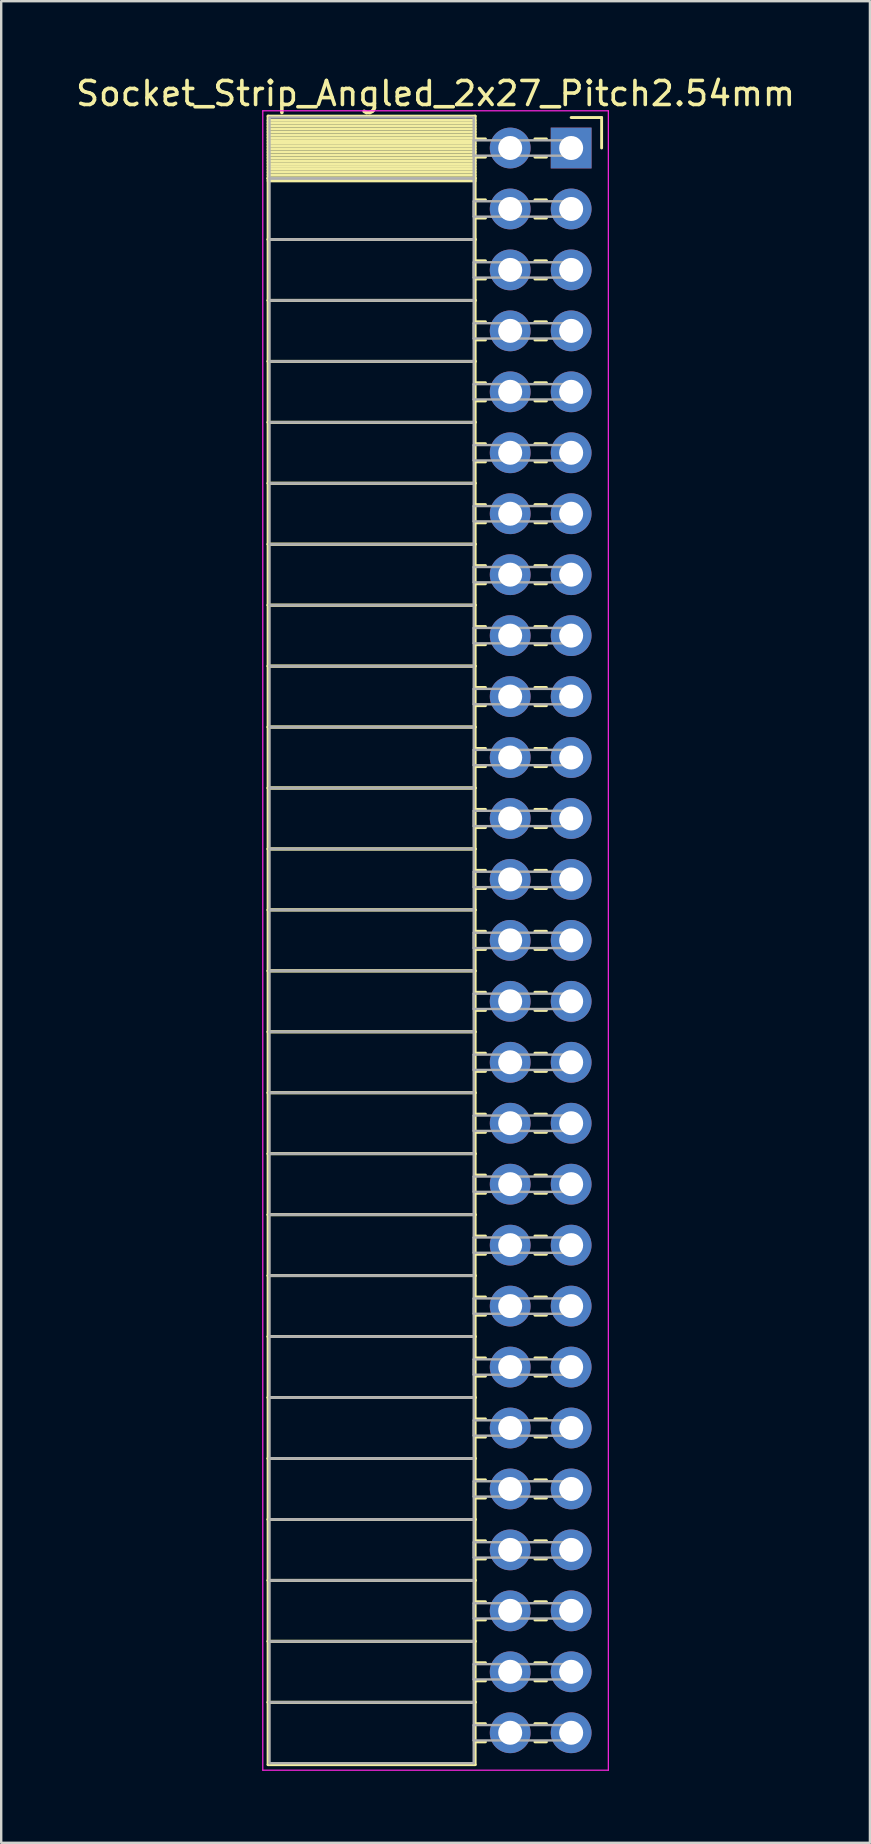
<source format=kicad_pcb>
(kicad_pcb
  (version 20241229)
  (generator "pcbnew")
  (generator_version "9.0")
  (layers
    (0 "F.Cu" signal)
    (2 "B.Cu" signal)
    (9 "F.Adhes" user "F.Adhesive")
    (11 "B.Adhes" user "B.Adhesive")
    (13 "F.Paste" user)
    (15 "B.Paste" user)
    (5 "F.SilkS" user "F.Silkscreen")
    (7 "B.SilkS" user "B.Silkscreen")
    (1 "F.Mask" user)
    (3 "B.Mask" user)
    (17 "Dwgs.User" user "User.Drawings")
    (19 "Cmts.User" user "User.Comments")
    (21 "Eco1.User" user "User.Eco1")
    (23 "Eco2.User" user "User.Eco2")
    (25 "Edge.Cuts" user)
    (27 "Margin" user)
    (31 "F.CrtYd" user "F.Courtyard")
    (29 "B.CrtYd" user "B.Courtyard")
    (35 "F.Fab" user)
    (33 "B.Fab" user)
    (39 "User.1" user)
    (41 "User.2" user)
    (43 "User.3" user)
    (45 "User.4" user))
  (footprint "Socket_Strip_Angled_2x27_Pitch2.54mm"
    (layer "F.Cu")
    (at 20.751 3.118)
    (property "Reference" "Socket_Strip_Angled_2x27_Pitch2.54mm" (at -5.65 -2.27 0) (layer "F.SilkS") (effects (font (size 1 1) (thickness 0.15))))
    (attr through_hole)
    (fp_line (start -12.63 -1.33) (end -4 -1.33) (stroke (width 0.12) (type solid)) (layer "F.SilkS"))
    (fp_line (start -12.63 1.27) (end -12.63 -1.33) (stroke (width 0.12) (type solid)) (layer "F.SilkS"))
    (fp_line (start -12.63 1.27) (end -4 1.27) (stroke (width 0.12) (type solid)) (layer "F.SilkS"))
    (fp_line (start -12.63 3.81) (end -12.63 1.27) (stroke (width 0.12) (type solid)) (layer "F.SilkS"))
    (fp_line (start -12.63 3.81) (end -4 3.81) (stroke (width 0.12) (type solid)) (layer "F.SilkS"))
    (fp_line (start -12.63 6.35) (end -12.63 3.81) (stroke (width 0.12) (type solid)) (layer "F.SilkS"))
    (fp_line (start -12.63 6.35) (end -4 6.35) (stroke (width 0.12) (type solid)) (layer "F.SilkS"))
    (fp_line (start -12.63 8.89) (end -12.63 6.35) (stroke (width 0.12) (type solid)) (layer "F.SilkS"))
    (fp_line (start -12.63 8.89) (end -4 8.89) (stroke (width 0.12) (type solid)) (layer "F.SilkS"))
    (fp_line (start -12.63 11.43) (end -12.63 8.89) (stroke (width 0.12) (type solid)) (layer "F.SilkS"))
    (fp_line (start -12.63 11.43) (end -4 11.43) (stroke (width 0.12) (type solid)) (layer "F.SilkS"))
    (fp_line (start -12.63 13.97) (end -12.63 11.43) (stroke (width 0.12) (type solid)) (layer "F.SilkS"))
    (fp_line (start -12.63 13.97) (end -4 13.97) (stroke (width 0.12) (type solid)) (layer "F.SilkS"))
    (fp_line (start -12.63 16.51) (end -12.63 13.97) (stroke (width 0.12) (type solid)) (layer "F.SilkS"))
    (fp_line (start -12.63 16.51) (end -4 16.51) (stroke (width 0.12) (type solid)) (layer "F.SilkS"))
    (fp_line (start -12.63 19.05) (end -12.63 16.51) (stroke (width 0.12) (type solid)) (layer "F.SilkS"))
    (fp_line (start -12.63 19.05) (end -4 19.05) (stroke (width 0.12) (type solid)) (layer "F.SilkS"))
    (fp_line (start -12.63 21.59) (end -12.63 19.05) (stroke (width 0.12) (type solid)) (layer "F.SilkS"))
    (fp_line (start -12.63 21.59) (end -4 21.59) (stroke (width 0.12) (type solid)) (layer "F.SilkS"))
    (fp_line (start -12.63 24.13) (end -12.63 21.59) (stroke (width 0.12) (type solid)) (layer "F.SilkS"))
    (fp_line (start -12.63 24.13) (end -4 24.13) (stroke (width 0.12) (type solid)) (layer "F.SilkS"))
    (fp_line (start -12.63 26.67) (end -12.63 24.13) (stroke (width 0.12) (type solid)) (layer "F.SilkS"))
    (fp_line (start -12.63 26.67) (end -4 26.67) (stroke (width 0.12) (type solid)) (layer "F.SilkS"))
    (fp_line (start -12.63 29.21) (end -12.63 26.67) (stroke (width 0.12) (type solid)) (layer "F.SilkS"))
    (fp_line (start -12.63 29.21) (end -4 29.21) (stroke (width 0.12) (type solid)) (layer "F.SilkS"))
    (fp_line (start -12.63 31.75) (end -12.63 29.21) (stroke (width 0.12) (type solid)) (layer "F.SilkS"))
    (fp_line (start -12.63 31.75) (end -4 31.75) (stroke (width 0.12) (type solid)) (layer "F.SilkS"))
    (fp_line (start -12.63 34.29) (end -12.63 31.75) (stroke (width 0.12) (type solid)) (layer "F.SilkS"))
    (fp_line (start -12.63 34.29) (end -4 34.29) (stroke (width 0.12) (type solid)) (layer "F.SilkS"))
    (fp_line (start -12.63 36.83) (end -12.63 34.29) (stroke (width 0.12) (type solid)) (layer "F.SilkS"))
    (fp_line (start -12.63 36.83) (end -4 36.83) (stroke (width 0.12) (type solid)) (layer "F.SilkS"))
    (fp_line (start -12.63 39.37) (end -12.63 36.83) (stroke (width 0.12) (type solid)) (layer "F.SilkS"))
    (fp_line (start -12.63 39.37) (end -4 39.37) (stroke (width 0.12) (type solid)) (layer "F.SilkS"))
    (fp_line (start -12.63 41.91) (end -12.63 39.37) (stroke (width 0.12) (type solid)) (layer "F.SilkS"))
    (fp_line (start -12.63 41.91) (end -4 41.91) (stroke (width 0.12) (type solid)) (layer "F.SilkS"))
    (fp_line (start -12.63 44.45) (end -12.63 41.91) (stroke (width 0.12) (type solid)) (layer "F.SilkS"))
    (fp_line (start -12.63 44.45) (end -4 44.45) (stroke (width 0.12) (type solid)) (layer "F.SilkS"))
    (fp_line (start -12.63 46.99) (end -12.63 44.45) (stroke (width 0.12) (type solid)) (layer "F.SilkS"))
    (fp_line (start -12.63 46.99) (end -4 46.99) (stroke (width 0.12) (type solid)) (layer "F.SilkS"))
    (fp_line (start -12.63 49.53) (end -12.63 46.99) (stroke (width 0.12) (type solid)) (layer "F.SilkS"))
    (fp_line (start -12.63 49.53) (end -4 49.53) (stroke (width 0.12) (type solid)) (layer "F.SilkS"))
    (fp_line (start -12.63 52.07) (end -12.63 49.53) (stroke (width 0.12) (type solid)) (layer "F.SilkS"))
    (fp_line (start -12.63 52.07) (end -4 52.07) (stroke (width 0.12) (type solid)) (layer "F.SilkS"))
    (fp_line (start -12.63 54.61) (end -12.63 52.07) (stroke (width 0.12) (type solid)) (layer "F.SilkS"))
    (fp_line (start -12.63 54.61) (end -4 54.61) (stroke (width 0.12) (type solid)) (layer "F.SilkS"))
    (fp_line (start -12.63 57.15) (end -12.63 54.61) (stroke (width 0.12) (type solid)) (layer "F.SilkS"))
    (fp_line (start -12.63 57.15) (end -4 57.15) (stroke (width 0.12) (type solid)) (layer "F.SilkS"))
    (fp_line (start -12.63 59.69) (end -12.63 57.15) (stroke (width 0.12) (type solid)) (layer "F.SilkS"))
    (fp_line (start -12.63 59.69) (end -4 59.69) (stroke (width 0.12) (type solid)) (layer "F.SilkS"))
    (fp_line (start -12.63 62.23) (end -12.63 59.69) (stroke (width 0.12) (type solid)) (layer "F.SilkS"))
    (fp_line (start -12.63 62.23) (end -4 62.23) (stroke (width 0.12) (type solid)) (layer "F.SilkS"))
    (fp_line (start -12.63 64.77) (end -12.63 62.23) (stroke (width 0.12) (type solid)) (layer "F.SilkS"))
    (fp_line (start -12.63 64.77) (end -4 64.77) (stroke (width 0.12) (type solid)) (layer "F.SilkS"))
    (fp_line (start -12.63 67.37) (end -12.63 64.77) (stroke (width 0.12) (type solid)) (layer "F.SilkS"))
    (fp_line (start -4 -1.33) (end -4 1.27) (stroke (width 0.12) (type solid)) (layer "F.SilkS"))
    (fp_line (start -4 -1.15) (end -12.63 -1.15) (stroke (width 0.12) (type solid)) (layer "F.SilkS"))
    (fp_line (start -4 -1.03) (end -12.63 -1.03) (stroke (width 0.12) (type solid)) (layer "F.SilkS"))
    (fp_line (start -4 -0.91) (end -12.63 -0.91) (stroke (width 0.12) (type solid)) (layer "F.SilkS"))
    (fp_line (start -4 -0.79) (end -12.63 -0.79) (stroke (width 0.12) (type solid)) (layer "F.SilkS"))
    (fp_line (start -4 -0.67) (end -12.63 -0.67) (stroke (width 0.12) (type solid)) (layer "F.SilkS"))
    (fp_line (start -4 -0.55) (end -12.63 -0.55) (stroke (width 0.12) (type solid)) (layer "F.SilkS"))
    (fp_line (start -4 -0.43) (end -12.63 -0.43) (stroke (width 0.12) (type solid)) (layer "F.SilkS"))
    (fp_line (start -4 -0.31) (end -12.63 -0.31) (stroke (width 0.12) (type solid)) (layer "F.SilkS"))
    (fp_line (start -4 -0.19) (end -12.63 -0.19) (stroke (width 0.12) (type solid)) (layer "F.SilkS"))
    (fp_line (start -4 -0.07) (end -12.63 -0.07) (stroke (width 0.12) (type solid)) (layer "F.SilkS"))
    (fp_line (start -4 0.05) (end -12.63 0.05) (stroke (width 0.12) (type solid)) (layer "F.SilkS"))
    (fp_line (start -4 0.17) (end -12.63 0.17) (stroke (width 0.12) (type solid)) (layer "F.SilkS"))
    (fp_line (start -4 0.29) (end -12.63 0.29) (stroke (width 0.12) (type solid)) (layer "F.SilkS"))
    (fp_line (start -4 0.41) (end -12.63 0.41) (stroke (width 0.12) (type solid)) (layer "F.SilkS"))
    (fp_line (start -4 0.53) (end -12.63 0.53) (stroke (width 0.12) (type solid)) (layer "F.SilkS"))
    (fp_line (start -4 0.65) (end -12.63 0.65) (stroke (width 0.12) (type solid)) (layer "F.SilkS"))
    (fp_line (start -4 0.77) (end -12.63 0.77) (stroke (width 0.12) (type solid)) (layer "F.SilkS"))
    (fp_line (start -4 0.89) (end -12.63 0.89) (stroke (width 0.12) (type solid)) (layer "F.SilkS"))
    (fp_line (start -4 1.01) (end -12.63 1.01) (stroke (width 0.12) (type solid)) (layer "F.SilkS"))
    (fp_line (start -4 1.13) (end -12.63 1.13) (stroke (width 0.12) (type solid)) (layer "F.SilkS"))
    (fp_line (start -4 1.25) (end -12.63 1.25) (stroke (width 0.12) (type solid)) (layer "F.SilkS"))
    (fp_line (start -4 1.27) (end -12.63 1.27) (stroke (width 0.12) (type solid)) (layer "F.SilkS"))
    (fp_line (start -4 1.27) (end -4 3.81) (stroke (width 0.12) (type solid)) (layer "F.SilkS"))
    (fp_line (start -4 1.37) (end -12.63 1.37) (stroke (width 0.12) (type solid)) (layer "F.SilkS"))
    (fp_line (start -4 3.81) (end -12.63 3.81) (stroke (width 0.12) (type solid)) (layer "F.SilkS"))
    (fp_line (start -4 3.81) (end -4 6.35) (stroke (width 0.12) (type solid)) (layer "F.SilkS"))
    (fp_line (start -4 6.35) (end -12.63 6.35) (stroke (width 0.12) (type solid)) (layer "F.SilkS"))
    (fp_line (start -4 6.35) (end -4 8.89) (stroke (width 0.12) (type solid)) (layer "F.SilkS"))
    (fp_line (start -4 8.89) (end -12.63 8.89) (stroke (width 0.12) (type solid)) (layer "F.SilkS"))
    (fp_line (start -4 8.89) (end -4 11.43) (stroke (width 0.12) (type solid)) (layer "F.SilkS"))
    (fp_line (start -4 11.43) (end -12.63 11.43) (stroke (width 0.12) (type solid)) (layer "F.SilkS"))
    (fp_line (start -4 11.43) (end -4 13.97) (stroke (width 0.12) (type solid)) (layer "F.SilkS"))
    (fp_line (start -4 13.97) (end -12.63 13.97) (stroke (width 0.12) (type solid)) (layer "F.SilkS"))
    (fp_line (start -4 13.97) (end -4 16.51) (stroke (width 0.12) (type solid)) (layer "F.SilkS"))
    (fp_line (start -4 16.51) (end -12.63 16.51) (stroke (width 0.12) (type solid)) (layer "F.SilkS"))
    (fp_line (start -4 16.51) (end -4 19.05) (stroke (width 0.12) (type solid)) (layer "F.SilkS"))
    (fp_line (start -4 19.05) (end -12.63 19.05) (stroke (width 0.12) (type solid)) (layer "F.SilkS"))
    (fp_line (start -4 19.05) (end -4 21.59) (stroke (width 0.12) (type solid)) (layer "F.SilkS"))
    (fp_line (start -4 21.59) (end -12.63 21.59) (stroke (width 0.12) (type solid)) (layer "F.SilkS"))
    (fp_line (start -4 21.59) (end -4 24.13) (stroke (width 0.12) (type solid)) (layer "F.SilkS"))
    (fp_line (start -4 24.13) (end -12.63 24.13) (stroke (width 0.12) (type solid)) (layer "F.SilkS"))
    (fp_line (start -4 24.13) (end -4 26.67) (stroke (width 0.12) (type solid)) (layer "F.SilkS"))
    (fp_line (start -4 26.67) (end -12.63 26.67) (stroke (width 0.12) (type solid)) (layer "F.SilkS"))
    (fp_line (start -4 26.67) (end -4 29.21) (stroke (width 0.12) (type solid)) (layer "F.SilkS"))
    (fp_line (start -4 29.21) (end -12.63 29.21) (stroke (width 0.12) (type solid)) (layer "F.SilkS"))
    (fp_line (start -4 29.21) (end -4 31.75) (stroke (width 0.12) (type solid)) (layer "F.SilkS"))
    (fp_line (start -4 31.75) (end -12.63 31.75) (stroke (width 0.12) (type solid)) (layer "F.SilkS"))
    (fp_line (start -4 31.75) (end -4 34.29) (stroke (width 0.12) (type solid)) (layer "F.SilkS"))
    (fp_line (start -4 34.29) (end -12.63 34.29) (stroke (width 0.12) (type solid)) (layer "F.SilkS"))
    (fp_line (start -4 34.29) (end -4 36.83) (stroke (width 0.12) (type solid)) (layer "F.SilkS"))
    (fp_line (start -4 36.83) (end -12.63 36.83) (stroke (width 0.12) (type solid)) (layer "F.SilkS"))
    (fp_line (start -4 36.83) (end -4 39.37) (stroke (width 0.12) (type solid)) (layer "F.SilkS"))
    (fp_line (start -4 39.37) (end -12.63 39.37) (stroke (width 0.12) (type solid)) (layer "F.SilkS"))
    (fp_line (start -4 39.37) (end -4 41.91) (stroke (width 0.12) (type solid)) (layer "F.SilkS"))
    (fp_line (start -4 41.91) (end -12.63 41.91) (stroke (width 0.12) (type solid)) (layer "F.SilkS"))
    (fp_line (start -4 41.91) (end -4 44.45) (stroke (width 0.12) (type solid)) (layer "F.SilkS"))
    (fp_line (start -4 44.45) (end -12.63 44.45) (stroke (width 0.12) (type solid)) (layer "F.SilkS"))
    (fp_line (start -4 44.45) (end -4 46.99) (stroke (width 0.12) (type solid)) (layer "F.SilkS"))
    (fp_line (start -4 46.99) (end -12.63 46.99) (stroke (width 0.12) (type solid)) (layer "F.SilkS"))
    (fp_line (start -4 46.99) (end -4 49.53) (stroke (width 0.12) (type solid)) (layer "F.SilkS"))
    (fp_line (start -4 49.53) (end -12.63 49.53) (stroke (width 0.12) (type solid)) (layer "F.SilkS"))
    (fp_line (start -4 49.53) (end -4 52.07) (stroke (width 0.12) (type solid)) (layer "F.SilkS"))
    (fp_line (start -4 52.07) (end -12.63 52.07) (stroke (width 0.12) (type solid)) (layer "F.SilkS"))
    (fp_line (start -4 52.07) (end -4 54.61) (stroke (width 0.12) (type solid)) (layer "F.SilkS"))
    (fp_line (start -4 54.61) (end -12.63 54.61) (stroke (width 0.12) (type solid)) (layer "F.SilkS"))
    (fp_line (start -4 54.61) (end -4 57.15) (stroke (width 0.12) (type solid)) (layer "F.SilkS"))
    (fp_line (start -4 57.15) (end -12.63 57.15) (stroke (width 0.12) (type solid)) (layer "F.SilkS"))
    (fp_line (start -4 57.15) (end -4 59.69) (stroke (width 0.12) (type solid)) (layer "F.SilkS"))
    (fp_line (start -4 59.69) (end -12.63 59.69) (stroke (width 0.12) (type solid)) (layer "F.SilkS"))
    (fp_line (start -4 59.69) (end -4 62.23) (stroke (width 0.12) (type solid)) (layer "F.SilkS"))
    (fp_line (start -4 62.23) (end -12.63 62.23) (stroke (width 0.12) (type solid)) (layer "F.SilkS"))
    (fp_line (start -4 62.23) (end -4 64.77) (stroke (width 0.12) (type solid)) (layer "F.SilkS"))
    (fp_line (start -4 64.77) (end -12.63 64.77) (stroke (width 0.12) (type solid)) (layer "F.SilkS"))
    (fp_line (start -4 64.77) (end -4 67.37) (stroke (width 0.12) (type solid)) (layer "F.SilkS"))
    (fp_line (start -4 67.37) (end -12.63 67.37) (stroke (width 0.12) (type solid)) (layer "F.SilkS"))
    (fp_line (start -3.57 -0.38) (end -4 -0.38) (stroke (width 0.12) (type solid)) (layer "F.SilkS"))
    (fp_line (start -3.57 0.38) (end -4 0.38) (stroke (width 0.12) (type solid)) (layer "F.SilkS"))
    (fp_line (start -3.57 2.16) (end -4 2.16) (stroke (width 0.12) (type solid)) (layer "F.SilkS"))
    (fp_line (start -3.57 2.92) (end -4 2.92) (stroke (width 0.12) (type solid)) (layer "F.SilkS"))
    (fp_line (start -3.57 4.7) (end -4 4.7) (stroke (width 0.12) (type solid)) (layer "F.SilkS"))
    (fp_line (start -3.57 5.46) (end -4 5.46) (stroke (width 0.12) (type solid)) (layer "F.SilkS"))
    (fp_line (start -3.57 7.24) (end -4 7.24) (stroke (width 0.12) (type solid)) (layer "F.SilkS"))
    (fp_line (start -3.57 8) (end -4 8) (stroke (width 0.12) (type solid)) (layer "F.SilkS"))
    (fp_line (start -3.57 9.78) (end -4 9.78) (stroke (width 0.12) (type solid)) (layer "F.SilkS"))
    (fp_line (start -3.57 10.54) (end -4 10.54) (stroke (width 0.12) (type solid)) (layer "F.SilkS"))
    (fp_line (start -3.57 12.32) (end -4 12.32) (stroke (width 0.12) (type solid)) (layer "F.SilkS"))
    (fp_line (start -3.57 13.08) (end -4 13.08) (stroke (width 0.12) (type solid)) (layer "F.SilkS"))
    (fp_line (start -3.57 14.86) (end -4 14.86) (stroke (width 0.12) (type solid)) (layer "F.SilkS"))
    (fp_line (start -3.57 15.62) (end -4 15.62) (stroke (width 0.12) (type solid)) (layer "F.SilkS"))
    (fp_line (start -3.57 17.4) (end -4 17.4) (stroke (width 0.12) (type solid)) (layer "F.SilkS"))
    (fp_line (start -3.57 18.16) (end -4 18.16) (stroke (width 0.12) (type solid)) (layer "F.SilkS"))
    (fp_line (start -3.57 19.94) (end -4 19.94) (stroke (width 0.12) (type solid)) (layer "F.SilkS"))
    (fp_line (start -3.57 20.7) (end -4 20.7) (stroke (width 0.12) (type solid)) (layer "F.SilkS"))
    (fp_line (start -3.57 22.48) (end -4 22.48) (stroke (width 0.12) (type solid)) (layer "F.SilkS"))
    (fp_line (start -3.57 23.24) (end -4 23.24) (stroke (width 0.12) (type solid)) (layer "F.SilkS"))
    (fp_line (start -3.57 25.02) (end -4 25.02) (stroke (width 0.12) (type solid)) (layer "F.SilkS"))
    (fp_line (start -3.57 25.78) (end -4 25.78) (stroke (width 0.12) (type solid)) (layer "F.SilkS"))
    (fp_line (start -3.57 27.56) (end -4 27.56) (stroke (width 0.12) (type solid)) (layer "F.SilkS"))
    (fp_line (start -3.57 28.32) (end -4 28.32) (stroke (width 0.12) (type solid)) (layer "F.SilkS"))
    (fp_line (start -3.57 30.1) (end -4 30.1) (stroke (width 0.12) (type solid)) (layer "F.SilkS"))
    (fp_line (start -3.57 30.86) (end -4 30.86) (stroke (width 0.12) (type solid)) (layer "F.SilkS"))
    (fp_line (start -3.57 32.64) (end -4 32.64) (stroke (width 0.12) (type solid)) (layer "F.SilkS"))
    (fp_line (start -3.57 33.4) (end -4 33.4) (stroke (width 0.12) (type solid)) (layer "F.SilkS"))
    (fp_line (start -3.57 35.18) (end -4 35.18) (stroke (width 0.12) (type solid)) (layer "F.SilkS"))
    (fp_line (start -3.57 35.94) (end -4 35.94) (stroke (width 0.12) (type solid)) (layer "F.SilkS"))
    (fp_line (start -3.57 37.72) (end -4 37.72) (stroke (width 0.12) (type solid)) (layer "F.SilkS"))
    (fp_line (start -3.57 38.48) (end -4 38.48) (stroke (width 0.12) (type solid)) (layer "F.SilkS"))
    (fp_line (start -3.57 40.26) (end -4 40.26) (stroke (width 0.12) (type solid)) (layer "F.SilkS"))
    (fp_line (start -3.57 41.02) (end -4 41.02) (stroke (width 0.12) (type solid)) (layer "F.SilkS"))
    (fp_line (start -3.57 42.8) (end -4 42.8) (stroke (width 0.12) (type solid)) (layer "F.SilkS"))
    (fp_line (start -3.57 43.56) (end -4 43.56) (stroke (width 0.12) (type solid)) (layer "F.SilkS"))
    (fp_line (start -3.57 45.34) (end -4 45.34) (stroke (width 0.12) (type solid)) (layer "F.SilkS"))
    (fp_line (start -3.57 46.1) (end -4 46.1) (stroke (width 0.12) (type solid)) (layer "F.SilkS"))
    (fp_line (start -3.57 47.88) (end -4 47.88) (stroke (width 0.12) (type solid)) (layer "F.SilkS"))
    (fp_line (start -3.57 48.64) (end -4 48.64) (stroke (width 0.12) (type solid)) (layer "F.SilkS"))
    (fp_line (start -3.57 50.42) (end -4 50.42) (stroke (width 0.12) (type solid)) (layer "F.SilkS"))
    (fp_line (start -3.57 51.18) (end -4 51.18) (stroke (width 0.12) (type solid)) (layer "F.SilkS"))
    (fp_line (start -3.57 52.96) (end -4 52.96) (stroke (width 0.12) (type solid)) (layer "F.SilkS"))
    (fp_line (start -3.57 53.72) (end -4 53.72) (stroke (width 0.12) (type solid)) (layer "F.SilkS"))
    (fp_line (start -3.57 55.5) (end -4 55.5) (stroke (width 0.12) (type solid)) (layer "F.SilkS"))
    (fp_line (start -3.57 56.26) (end -4 56.26) (stroke (width 0.12) (type solid)) (layer "F.SilkS"))
    (fp_line (start -3.57 58.04) (end -4 58.04) (stroke (width 0.12) (type solid)) (layer "F.SilkS"))
    (fp_line (start -3.57 58.8) (end -4 58.8) (stroke (width 0.12) (type solid)) (layer "F.SilkS"))
    (fp_line (start -3.57 60.58) (end -4 60.58) (stroke (width 0.12) (type solid)) (layer "F.SilkS"))
    (fp_line (start -3.57 61.34) (end -4 61.34) (stroke (width 0.12) (type solid)) (layer "F.SilkS"))
    (fp_line (start -3.57 63.12) (end -4 63.12) (stroke (width 0.12) (type solid)) (layer "F.SilkS"))
    (fp_line (start -3.57 63.88) (end -4 63.88) (stroke (width 0.12) (type solid)) (layer "F.SilkS"))
    (fp_line (start -3.57 65.66) (end -4 65.66) (stroke (width 0.12) (type solid)) (layer "F.SilkS"))
    (fp_line (start -3.57 66.42) (end -4 66.42) (stroke (width 0.12) (type solid)) (layer "F.SilkS"))
    (fp_line (start -1.03 -0.38) (end -1.51 -0.38) (stroke (width 0.12) (type solid)) (layer "F.SilkS"))
    (fp_line (start -1.03 0.38) (end -1.51 0.38) (stroke (width 0.12) (type solid)) (layer "F.SilkS"))
    (fp_line (start -1.03 2.16) (end -1.51 2.16) (stroke (width 0.12) (type solid)) (layer "F.SilkS"))
    (fp_line (start -1.03 2.92) (end -1.51 2.92) (stroke (width 0.12) (type solid)) (layer "F.SilkS"))
    (fp_line (start -1.03 4.7) (end -1.51 4.7) (stroke (width 0.12) (type solid)) (layer "F.SilkS"))
    (fp_line (start -1.03 5.46) (end -1.51 5.46) (stroke (width 0.12) (type solid)) (layer "F.SilkS"))
    (fp_line (start -1.03 7.24) (end -1.51 7.24) (stroke (width 0.12) (type solid)) (layer "F.SilkS"))
    (fp_line (start -1.03 8) (end -1.51 8) (stroke (width 0.12) (type solid)) (layer "F.SilkS"))
    (fp_line (start -1.03 9.78) (end -1.51 9.78) (stroke (width 0.12) (type solid)) (layer "F.SilkS"))
    (fp_line (start -1.03 10.54) (end -1.51 10.54) (stroke (width 0.12) (type solid)) (layer "F.SilkS"))
    (fp_line (start -1.03 12.32) (end -1.51 12.32) (stroke (width 0.12) (type solid)) (layer "F.SilkS"))
    (fp_line (start -1.03 13.08) (end -1.51 13.08) (stroke (width 0.12) (type solid)) (layer "F.SilkS"))
    (fp_line (start -1.03 14.86) (end -1.51 14.86) (stroke (width 0.12) (type solid)) (layer "F.SilkS"))
    (fp_line (start -1.03 15.62) (end -1.51 15.62) (stroke (width 0.12) (type solid)) (layer "F.SilkS"))
    (fp_line (start -1.03 17.4) (end -1.51 17.4) (stroke (width 0.12) (type solid)) (layer "F.SilkS"))
    (fp_line (start -1.03 18.16) (end -1.51 18.16) (stroke (width 0.12) (type solid)) (layer "F.SilkS"))
    (fp_line (start -1.03 19.94) (end -1.51 19.94) (stroke (width 0.12) (type solid)) (layer "F.SilkS"))
    (fp_line (start -1.03 20.7) (end -1.51 20.7) (stroke (width 0.12) (type solid)) (layer "F.SilkS"))
    (fp_line (start -1.03 22.48) (end -1.51 22.48) (stroke (width 0.12) (type solid)) (layer "F.SilkS"))
    (fp_line (start -1.03 23.24) (end -1.51 23.24) (stroke (width 0.12) (type solid)) (layer "F.SilkS"))
    (fp_line (start -1.03 25.02) (end -1.51 25.02) (stroke (width 0.12) (type solid)) (layer "F.SilkS"))
    (fp_line (start -1.03 25.78) (end -1.51 25.78) (stroke (width 0.12) (type solid)) (layer "F.SilkS"))
    (fp_line (start -1.03 27.56) (end -1.51 27.56) (stroke (width 0.12) (type solid)) (layer "F.SilkS"))
    (fp_line (start -1.03 28.32) (end -1.51 28.32) (stroke (width 0.12) (type solid)) (layer "F.SilkS"))
    (fp_line (start -1.03 30.1) (end -1.51 30.1) (stroke (width 0.12) (type solid)) (layer "F.SilkS"))
    (fp_line (start -1.03 30.86) (end -1.51 30.86) (stroke (width 0.12) (type solid)) (layer "F.SilkS"))
    (fp_line (start -1.03 32.64) (end -1.51 32.64) (stroke (width 0.12) (type solid)) (layer "F.SilkS"))
    (fp_line (start -1.03 33.4) (end -1.51 33.4) (stroke (width 0.12) (type solid)) (layer "F.SilkS"))
    (fp_line (start -1.03 35.18) (end -1.51 35.18) (stroke (width 0.12) (type solid)) (layer "F.SilkS"))
    (fp_line (start -1.03 35.94) (end -1.51 35.94) (stroke (width 0.12) (type solid)) (layer "F.SilkS"))
    (fp_line (start -1.03 37.72) (end -1.51 37.72) (stroke (width 0.12) (type solid)) (layer "F.SilkS"))
    (fp_line (start -1.03 38.48) (end -1.51 38.48) (stroke (width 0.12) (type solid)) (layer "F.SilkS"))
    (fp_line (start -1.03 40.26) (end -1.51 40.26) (stroke (width 0.12) (type solid)) (layer "F.SilkS"))
    (fp_line (start -1.03 41.02) (end -1.51 41.02) (stroke (width 0.12) (type solid)) (layer "F.SilkS"))
    (fp_line (start -1.03 42.8) (end -1.51 42.8) (stroke (width 0.12) (type solid)) (layer "F.SilkS"))
    (fp_line (start -1.03 43.56) (end -1.51 43.56) (stroke (width 0.12) (type solid)) (layer "F.SilkS"))
    (fp_line (start -1.03 45.34) (end -1.51 45.34) (stroke (width 0.12) (type solid)) (layer "F.SilkS"))
    (fp_line (start -1.03 46.1) (end -1.51 46.1) (stroke (width 0.12) (type solid)) (layer "F.SilkS"))
    (fp_line (start -1.03 47.88) (end -1.51 47.88) (stroke (width 0.12) (type solid)) (layer "F.SilkS"))
    (fp_line (start -1.03 48.64) (end -1.51 48.64) (stroke (width 0.12) (type solid)) (layer "F.SilkS"))
    (fp_line (start -1.03 50.42) (end -1.51 50.42) (stroke (width 0.12) (type solid)) (layer "F.SilkS"))
    (fp_line (start -1.03 51.18) (end -1.51 51.18) (stroke (width 0.12) (type solid)) (layer "F.SilkS"))
    (fp_line (start -1.03 52.96) (end -1.51 52.96) (stroke (width 0.12) (type solid)) (layer "F.SilkS"))
    (fp_line (start -1.03 53.72) (end -1.51 53.72) (stroke (width 0.12) (type solid)) (layer "F.SilkS"))
    (fp_line (start -1.03 55.5) (end -1.51 55.5) (stroke (width 0.12) (type solid)) (layer "F.SilkS"))
    (fp_line (start -1.03 56.26) (end -1.51 56.26) (stroke (width 0.12) (type solid)) (layer "F.SilkS"))
    (fp_line (start -1.03 58.04) (end -1.51 58.04) (stroke (width 0.12) (type solid)) (layer "F.SilkS"))
    (fp_line (start -1.03 58.8) (end -1.51 58.8) (stroke (width 0.12) (type solid)) (layer "F.SilkS"))
    (fp_line (start -1.03 60.58) (end -1.51 60.58) (stroke (width 0.12) (type solid)) (layer "F.SilkS"))
    (fp_line (start -1.03 61.34) (end -1.51 61.34) (stroke (width 0.12) (type solid)) (layer "F.SilkS"))
    (fp_line (start -1.03 63.12) (end -1.51 63.12) (stroke (width 0.12) (type solid)) (layer "F.SilkS"))
    (fp_line (start -1.03 63.88) (end -1.51 63.88) (stroke (width 0.12) (type solid)) (layer "F.SilkS"))
    (fp_line (start -1.03 65.66) (end -1.51 65.66) (stroke (width 0.12) (type solid)) (layer "F.SilkS"))
    (fp_line (start -1.03 66.42) (end -1.51 66.42) (stroke (width 0.12) (type solid)) (layer "F.SilkS"))
    (fp_line (start 0 -1.27) (end 1.27 -1.27) (stroke (width 0.12) (type solid)) (layer "F.SilkS"))
    (fp_line (start 1.27 -1.27) (end 1.27 0) (stroke (width 0.12) (type solid)) (layer "F.SilkS"))
    (fp_line (start -12.85 -1.55) (end 1.55 -1.55) (stroke (width 0.05) (type solid)) (layer "F.CrtYd"))
    (fp_line (start -12.85 67.6) (end -12.85 -1.55) (stroke (width 0.05) (type solid)) (layer "F.CrtYd"))
    (fp_line (start 1.55 -1.55) (end 1.55 67.6) (stroke (width 0.05) (type solid)) (layer "F.CrtYd"))
    (fp_line (start 1.55 67.6) (end -12.85 67.6) (stroke (width 0.05) (type solid)) (layer "F.CrtYd"))
    (fp_line (start -12.57 -1.27) (end -4.06 -1.27) (stroke (width 0.1) (type solid)) (layer "F.Fab"))
    (fp_line (start -12.57 1.27) (end -12.57 -1.27) (stroke (width 0.1) (type solid)) (layer "F.Fab"))
    (fp_line (start -12.57 1.27) (end -4.06 1.27) (stroke (width 0.1) (type solid)) (layer "F.Fab"))
    (fp_line (start -12.57 3.81) (end -12.57 1.27) (stroke (width 0.1) (type solid)) (layer "F.Fab"))
    (fp_line (start -12.57 3.81) (end -4.06 3.81) (stroke (width 0.1) (type solid)) (layer "F.Fab"))
    (fp_line (start -12.57 6.35) (end -12.57 3.81) (stroke (width 0.1) (type solid)) (layer "F.Fab"))
    (fp_line (start -12.57 6.35) (end -4.06 6.35) (stroke (width 0.1) (type solid)) (layer "F.Fab"))
    (fp_line (start -12.57 8.89) (end -12.57 6.35) (stroke (width 0.1) (type solid)) (layer "F.Fab"))
    (fp_line (start -12.57 8.89) (end -4.06 8.89) (stroke (width 0.1) (type solid)) (layer "F.Fab"))
    (fp_line (start -12.57 11.43) (end -12.57 8.89) (stroke (width 0.1) (type solid)) (layer "F.Fab"))
    (fp_line (start -12.57 11.43) (end -4.06 11.43) (stroke (width 0.1) (type solid)) (layer "F.Fab"))
    (fp_line (start -12.57 13.97) (end -12.57 11.43) (stroke (width 0.1) (type solid)) (layer "F.Fab"))
    (fp_line (start -12.57 13.97) (end -4.06 13.97) (stroke (width 0.1) (type solid)) (layer "F.Fab"))
    (fp_line (start -12.57 16.51) (end -12.57 13.97) (stroke (width 0.1) (type solid)) (layer "F.Fab"))
    (fp_line (start -12.57 16.51) (end -4.06 16.51) (stroke (width 0.1) (type solid)) (layer "F.Fab"))
    (fp_line (start -12.57 19.05) (end -12.57 16.51) (stroke (width 0.1) (type solid)) (layer "F.Fab"))
    (fp_line (start -12.57 19.05) (end -4.06 19.05) (stroke (width 0.1) (type solid)) (layer "F.Fab"))
    (fp_line (start -12.57 21.59) (end -12.57 19.05) (stroke (width 0.1) (type solid)) (layer "F.Fab"))
    (fp_line (start -12.57 21.59) (end -4.06 21.59) (stroke (width 0.1) (type solid)) (layer "F.Fab"))
    (fp_line (start -12.57 24.13) (end -12.57 21.59) (stroke (width 0.1) (type solid)) (layer "F.Fab"))
    (fp_line (start -12.57 24.13) (end -4.06 24.13) (stroke (width 0.1) (type solid)) (layer "F.Fab"))
    (fp_line (start -12.57 26.67) (end -12.57 24.13) (stroke (width 0.1) (type solid)) (layer "F.Fab"))
    (fp_line (start -12.57 26.67) (end -4.06 26.67) (stroke (width 0.1) (type solid)) (layer "F.Fab"))
    (fp_line (start -12.57 29.21) (end -12.57 26.67) (stroke (width 0.1) (type solid)) (layer "F.Fab"))
    (fp_line (start -12.57 29.21) (end -4.06 29.21) (stroke (width 0.1) (type solid)) (layer "F.Fab"))
    (fp_line (start -12.57 31.75) (end -12.57 29.21) (stroke (width 0.1) (type solid)) (layer "F.Fab"))
    (fp_line (start -12.57 31.75) (end -4.06 31.75) (stroke (width 0.1) (type solid)) (layer "F.Fab"))
    (fp_line (start -12.57 34.29) (end -12.57 31.75) (stroke (width 0.1) (type solid)) (layer "F.Fab"))
    (fp_line (start -12.57 34.29) (end -4.06 34.29) (stroke (width 0.1) (type solid)) (layer "F.Fab"))
    (fp_line (start -12.57 36.83) (end -12.57 34.29) (stroke (width 0.1) (type solid)) (layer "F.Fab"))
    (fp_line (start -12.57 36.83) (end -4.06 36.83) (stroke (width 0.1) (type solid)) (layer "F.Fab"))
    (fp_line (start -12.57 39.37) (end -12.57 36.83) (stroke (width 0.1) (type solid)) (layer "F.Fab"))
    (fp_line (start -12.57 39.37) (end -4.06 39.37) (stroke (width 0.1) (type solid)) (layer "F.Fab"))
    (fp_line (start -12.57 41.91) (end -12.57 39.37) (stroke (width 0.1) (type solid)) (layer "F.Fab"))
    (fp_line (start -12.57 41.91) (end -4.06 41.91) (stroke (width 0.1) (type solid)) (layer "F.Fab"))
    (fp_line (start -12.57 44.45) (end -12.57 41.91) (stroke (width 0.1) (type solid)) (layer "F.Fab"))
    (fp_line (start -12.57 44.45) (end -4.06 44.45) (stroke (width 0.1) (type solid)) (layer "F.Fab"))
    (fp_line (start -12.57 46.99) (end -12.57 44.45) (stroke (width 0.1) (type solid)) (layer "F.Fab"))
    (fp_line (start -12.57 46.99) (end -4.06 46.99) (stroke (width 0.1) (type solid)) (layer "F.Fab"))
    (fp_line (start -12.57 49.53) (end -12.57 46.99) (stroke (width 0.1) (type solid)) (layer "F.Fab"))
    (fp_line (start -12.57 49.53) (end -4.06 49.53) (stroke (width 0.1) (type solid)) (layer "F.Fab"))
    (fp_line (start -12.57 52.07) (end -12.57 49.53) (stroke (width 0.1) (type solid)) (layer "F.Fab"))
    (fp_line (start -12.57 52.07) (end -4.06 52.07) (stroke (width 0.1) (type solid)) (layer "F.Fab"))
    (fp_line (start -12.57 54.61) (end -12.57 52.07) (stroke (width 0.1) (type solid)) (layer "F.Fab"))
    (fp_line (start -12.57 54.61) (end -4.06 54.61) (stroke (width 0.1) (type solid)) (layer "F.Fab"))
    (fp_line (start -12.57 57.15) (end -12.57 54.61) (stroke (width 0.1) (type solid)) (layer "F.Fab"))
    (fp_line (start -12.57 57.15) (end -4.06 57.15) (stroke (width 0.1) (type solid)) (layer "F.Fab"))
    (fp_line (start -12.57 59.69) (end -12.57 57.15) (stroke (width 0.1) (type solid)) (layer "F.Fab"))
    (fp_line (start -12.57 59.69) (end -4.06 59.69) (stroke (width 0.1) (type solid)) (layer "F.Fab"))
    (fp_line (start -12.57 62.23) (end -12.57 59.69) (stroke (width 0.1) (type solid)) (layer "F.Fab"))
    (fp_line (start -12.57 62.23) (end -4.06 62.23) (stroke (width 0.1) (type solid)) (layer "F.Fab"))
    (fp_line (start -12.57 64.77) (end -12.57 62.23) (stroke (width 0.1) (type solid)) (layer "F.Fab"))
    (fp_line (start -12.57 64.77) (end -4.06 64.77) (stroke (width 0.1) (type solid)) (layer "F.Fab"))
    (fp_line (start -12.57 67.31) (end -12.57 64.77) (stroke (width 0.1) (type solid)) (layer "F.Fab"))
    (fp_line (start -4.06 -1.27) (end -4.06 1.27) (stroke (width 0.1) (type solid)) (layer "F.Fab"))
    (fp_line (start -4.06 -0.32) (end 0 -0.32) (stroke (width 0.1) (type solid)) (layer "F.Fab"))
    (fp_line (start -4.06 0.32) (end -4.06 -0.32) (stroke (width 0.1) (type solid)) (layer "F.Fab"))
    (fp_line (start -4.06 1.27) (end -12.57 1.27) (stroke (width 0.1) (type solid)) (layer "F.Fab"))
    (fp_line (start -4.06 1.27) (end -4.06 3.81) (stroke (width 0.1) (type solid)) (layer "F.Fab"))
    (fp_line (start -4.06 2.22) (end 0 2.22) (stroke (width 0.1) (type solid)) (layer "F.Fab"))
    (fp_line (start -4.06 2.86) (end -4.06 2.22) (stroke (width 0.1) (type solid)) (layer "F.Fab"))
    (fp_line (start -4.06 3.81) (end -12.57 3.81) (stroke (width 0.1) (type solid)) (layer "F.Fab"))
    (fp_line (start -4.06 3.81) (end -4.06 6.35) (stroke (width 0.1) (type solid)) (layer "F.Fab"))
    (fp_line (start -4.06 4.76) (end 0 4.76) (stroke (width 0.1) (type solid)) (layer "F.Fab"))
    (fp_line (start -4.06 5.4) (end -4.06 4.76) (stroke (width 0.1) (type solid)) (layer "F.Fab"))
    (fp_line (start -4.06 6.35) (end -12.57 6.35) (stroke (width 0.1) (type solid)) (layer "F.Fab"))
    (fp_line (start -4.06 6.35) (end -4.06 8.89) (stroke (width 0.1) (type solid)) (layer "F.Fab"))
    (fp_line (start -4.06 7.3) (end 0 7.3) (stroke (width 0.1) (type solid)) (layer "F.Fab"))
    (fp_line (start -4.06 7.94) (end -4.06 7.3) (stroke (width 0.1) (type solid)) (layer "F.Fab"))
    (fp_line (start -4.06 8.89) (end -12.57 8.89) (stroke (width 0.1) (type solid)) (layer "F.Fab"))
    (fp_line (start -4.06 8.89) (end -4.06 11.43) (stroke (width 0.1) (type solid)) (layer "F.Fab"))
    (fp_line (start -4.06 9.84) (end 0 9.84) (stroke (width 0.1) (type solid)) (layer "F.Fab"))
    (fp_line (start -4.06 10.48) (end -4.06 9.84) (stroke (width 0.1) (type solid)) (layer "F.Fab"))
    (fp_line (start -4.06 11.43) (end -12.57 11.43) (stroke (width 0.1) (type solid)) (layer "F.Fab"))
    (fp_line (start -4.06 11.43) (end -4.06 13.97) (stroke (width 0.1) (type solid)) (layer "F.Fab"))
    (fp_line (start -4.06 12.38) (end 0 12.38) (stroke (width 0.1) (type solid)) (layer "F.Fab"))
    (fp_line (start -4.06 13.02) (end -4.06 12.38) (stroke (width 0.1) (type solid)) (layer "F.Fab"))
    (fp_line (start -4.06 13.97) (end -12.57 13.97) (stroke (width 0.1) (type solid)) (layer "F.Fab"))
    (fp_line (start -4.06 13.97) (end -4.06 16.51) (stroke (width 0.1) (type solid)) (layer "F.Fab"))
    (fp_line (start -4.06 14.92) (end 0 14.92) (stroke (width 0.1) (type solid)) (layer "F.Fab"))
    (fp_line (start -4.06 15.56) (end -4.06 14.92) (stroke (width 0.1) (type solid)) (layer "F.Fab"))
    (fp_line (start -4.06 16.51) (end -12.57 16.51) (stroke (width 0.1) (type solid)) (layer "F.Fab"))
    (fp_line (start -4.06 16.51) (end -4.06 19.05) (stroke (width 0.1) (type solid)) (layer "F.Fab"))
    (fp_line (start -4.06 17.46) (end 0 17.46) (stroke (width 0.1) (type solid)) (layer "F.Fab"))
    (fp_line (start -4.06 18.1) (end -4.06 17.46) (stroke (width 0.1) (type solid)) (layer "F.Fab"))
    (fp_line (start -4.06 19.05) (end -12.57 19.05) (stroke (width 0.1) (type solid)) (layer "F.Fab"))
    (fp_line (start -4.06 19.05) (end -4.06 21.59) (stroke (width 0.1) (type solid)) (layer "F.Fab"))
    (fp_line (start -4.06 20) (end 0 20) (stroke (width 0.1) (type solid)) (layer "F.Fab"))
    (fp_line (start -4.06 20.64) (end -4.06 20) (stroke (width 0.1) (type solid)) (layer "F.Fab"))
    (fp_line (start -4.06 21.59) (end -12.57 21.59) (stroke (width 0.1) (type solid)) (layer "F.Fab"))
    (fp_line (start -4.06 21.59) (end -4.06 24.13) (stroke (width 0.1) (type solid)) (layer "F.Fab"))
    (fp_line (start -4.06 22.54) (end 0 22.54) (stroke (width 0.1) (type solid)) (layer "F.Fab"))
    (fp_line (start -4.06 23.18) (end -4.06 22.54) (stroke (width 0.1) (type solid)) (layer "F.Fab"))
    (fp_line (start -4.06 24.13) (end -12.57 24.13) (stroke (width 0.1) (type solid)) (layer "F.Fab"))
    (fp_line (start -4.06 24.13) (end -4.06 26.67) (stroke (width 0.1) (type solid)) (layer "F.Fab"))
    (fp_line (start -4.06 25.08) (end 0 25.08) (stroke (width 0.1) (type solid)) (layer "F.Fab"))
    (fp_line (start -4.06 25.72) (end -4.06 25.08) (stroke (width 0.1) (type solid)) (layer "F.Fab"))
    (fp_line (start -4.06 26.67) (end -12.57 26.67) (stroke (width 0.1) (type solid)) (layer "F.Fab"))
    (fp_line (start -4.06 26.67) (end -4.06 29.21) (stroke (width 0.1) (type solid)) (layer "F.Fab"))
    (fp_line (start -4.06 27.62) (end 0 27.62) (stroke (width 0.1) (type solid)) (layer "F.Fab"))
    (fp_line (start -4.06 28.26) (end -4.06 27.62) (stroke (width 0.1) (type solid)) (layer "F.Fab"))
    (fp_line (start -4.06 29.21) (end -12.57 29.21) (stroke (width 0.1) (type solid)) (layer "F.Fab"))
    (fp_line (start -4.06 29.21) (end -4.06 31.75) (stroke (width 0.1) (type solid)) (layer "F.Fab"))
    (fp_line (start -4.06 30.16) (end 0 30.16) (stroke (width 0.1) (type solid)) (layer "F.Fab"))
    (fp_line (start -4.06 30.8) (end -4.06 30.16) (stroke (width 0.1) (type solid)) (layer "F.Fab"))
    (fp_line (start -4.06 31.75) (end -12.57 31.75) (stroke (width 0.1) (type solid)) (layer "F.Fab"))
    (fp_line (start -4.06 31.75) (end -4.06 34.29) (stroke (width 0.1) (type solid)) (layer "F.Fab"))
    (fp_line (start -4.06 32.7) (end 0 32.7) (stroke (width 0.1) (type solid)) (layer "F.Fab"))
    (fp_line (start -4.06 33.34) (end -4.06 32.7) (stroke (width 0.1) (type solid)) (layer "F.Fab"))
    (fp_line (start -4.06 34.29) (end -12.57 34.29) (stroke (width 0.1) (type solid)) (layer "F.Fab"))
    (fp_line (start -4.06 34.29) (end -4.06 36.83) (stroke (width 0.1) (type solid)) (layer "F.Fab"))
    (fp_line (start -4.06 35.24) (end 0 35.24) (stroke (width 0.1) (type solid)) (layer "F.Fab"))
    (fp_line (start -4.06 35.88) (end -4.06 35.24) (stroke (width 0.1) (type solid)) (layer "F.Fab"))
    (fp_line (start -4.06 36.83) (end -12.57 36.83) (stroke (width 0.1) (type solid)) (layer "F.Fab"))
    (fp_line (start -4.06 36.83) (end -4.06 39.37) (stroke (width 0.1) (type solid)) (layer "F.Fab"))
    (fp_line (start -4.06 37.78) (end 0 37.78) (stroke (width 0.1) (type solid)) (layer "F.Fab"))
    (fp_line (start -4.06 38.42) (end -4.06 37.78) (stroke (width 0.1) (type solid)) (layer "F.Fab"))
    (fp_line (start -4.06 39.37) (end -12.57 39.37) (stroke (width 0.1) (type solid)) (layer "F.Fab"))
    (fp_line (start -4.06 39.37) (end -4.06 41.91) (stroke (width 0.1) (type solid)) (layer "F.Fab"))
    (fp_line (start -4.06 40.32) (end 0 40.32) (stroke (width 0.1) (type solid)) (layer "F.Fab"))
    (fp_line (start -4.06 40.96) (end -4.06 40.32) (stroke (width 0.1) (type solid)) (layer "F.Fab"))
    (fp_line (start -4.06 41.91) (end -12.57 41.91) (stroke (width 0.1) (type solid)) (layer "F.Fab"))
    (fp_line (start -4.06 41.91) (end -4.06 44.45) (stroke (width 0.1) (type solid)) (layer "F.Fab"))
    (fp_line (start -4.06 42.86) (end 0 42.86) (stroke (width 0.1) (type solid)) (layer "F.Fab"))
    (fp_line (start -4.06 43.5) (end -4.06 42.86) (stroke (width 0.1) (type solid)) (layer "F.Fab"))
    (fp_line (start -4.06 44.45) (end -12.57 44.45) (stroke (width 0.1) (type solid)) (layer "F.Fab"))
    (fp_line (start -4.06 44.45) (end -4.06 46.99) (stroke (width 0.1) (type solid)) (layer "F.Fab"))
    (fp_line (start -4.06 45.4) (end 0 45.4) (stroke (width 0.1) (type solid)) (layer "F.Fab"))
    (fp_line (start -4.06 46.04) (end -4.06 45.4) (stroke (width 0.1) (type solid)) (layer "F.Fab"))
    (fp_line (start -4.06 46.99) (end -12.57 46.99) (stroke (width 0.1) (type solid)) (layer "F.Fab"))
    (fp_line (start -4.06 46.99) (end -4.06 49.53) (stroke (width 0.1) (type solid)) (layer "F.Fab"))
    (fp_line (start -4.06 47.94) (end 0 47.94) (stroke (width 0.1) (type solid)) (layer "F.Fab"))
    (fp_line (start -4.06 48.58) (end -4.06 47.94) (stroke (width 0.1) (type solid)) (layer "F.Fab"))
    (fp_line (start -4.06 49.53) (end -12.57 49.53) (stroke (width 0.1) (type solid)) (layer "F.Fab"))
    (fp_line (start -4.06 49.53) (end -4.06 52.07) (stroke (width 0.1) (type solid)) (layer "F.Fab"))
    (fp_line (start -4.06 50.48) (end 0 50.48) (stroke (width 0.1) (type solid)) (layer "F.Fab"))
    (fp_line (start -4.06 51.12) (end -4.06 50.48) (stroke (width 0.1) (type solid)) (layer "F.Fab"))
    (fp_line (start -4.06 52.07) (end -12.57 52.07) (stroke (width 0.1) (type solid)) (layer "F.Fab"))
    (fp_line (start -4.06 52.07) (end -4.06 54.61) (stroke (width 0.1) (type solid)) (layer "F.Fab"))
    (fp_line (start -4.06 53.02) (end 0 53.02) (stroke (width 0.1) (type solid)) (layer "F.Fab"))
    (fp_line (start -4.06 53.66) (end -4.06 53.02) (stroke (width 0.1) (type solid)) (layer "F.Fab"))
    (fp_line (start -4.06 54.61) (end -12.57 54.61) (stroke (width 0.1) (type solid)) (layer "F.Fab"))
    (fp_line (start -4.06 54.61) (end -4.06 57.15) (stroke (width 0.1) (type solid)) (layer "F.Fab"))
    (fp_line (start -4.06 55.56) (end 0 55.56) (stroke (width 0.1) (type solid)) (layer "F.Fab"))
    (fp_line (start -4.06 56.2) (end -4.06 55.56) (stroke (width 0.1) (type solid)) (layer "F.Fab"))
    (fp_line (start -4.06 57.15) (end -12.57 57.15) (stroke (width 0.1) (type solid)) (layer "F.Fab"))
    (fp_line (start -4.06 57.15) (end -4.06 59.69) (stroke (width 0.1) (type solid)) (layer "F.Fab"))
    (fp_line (start -4.06 58.1) (end 0 58.1) (stroke (width 0.1) (type solid)) (layer "F.Fab"))
    (fp_line (start -4.06 58.74) (end -4.06 58.1) (stroke (width 0.1) (type solid)) (layer "F.Fab"))
    (fp_line (start -4.06 59.69) (end -12.57 59.69) (stroke (width 0.1) (type solid)) (layer "F.Fab"))
    (fp_line (start -4.06 59.69) (end -4.06 62.23) (stroke (width 0.1) (type solid)) (layer "F.Fab"))
    (fp_line (start -4.06 60.64) (end 0 60.64) (stroke (width 0.1) (type solid)) (layer "F.Fab"))
    (fp_line (start -4.06 61.28) (end -4.06 60.64) (stroke (width 0.1) (type solid)) (layer "F.Fab"))
    (fp_line (start -4.06 62.23) (end -12.57 62.23) (stroke (width 0.1) (type solid)) (layer "F.Fab"))
    (fp_line (start -4.06 62.23) (end -4.06 64.77) (stroke (width 0.1) (type solid)) (layer "F.Fab"))
    (fp_line (start -4.06 63.18) (end 0 63.18) (stroke (width 0.1) (type solid)) (layer "F.Fab"))
    (fp_line (start -4.06 63.82) (end -4.06 63.18) (stroke (width 0.1) (type solid)) (layer "F.Fab"))
    (fp_line (start -4.06 64.77) (end -12.57 64.77) (stroke (width 0.1) (type solid)) (layer "F.Fab"))
    (fp_line (start -4.06 64.77) (end -4.06 67.31) (stroke (width 0.1) (type solid)) (layer "F.Fab"))
    (fp_line (start -4.06 65.72) (end 0 65.72) (stroke (width 0.1) (type solid)) (layer "F.Fab"))
    (fp_line (start -4.06 66.36) (end -4.06 65.72) (stroke (width 0.1) (type solid)) (layer "F.Fab"))
    (fp_line (start -4.06 67.31) (end -12.57 67.31) (stroke (width 0.1) (type solid)) (layer "F.Fab"))
    (fp_line (start 0 -0.32) (end 0 0.32) (stroke (width 0.1) (type solid)) (layer "F.Fab"))
    (fp_line (start 0 0.32) (end -4.06 0.32) (stroke (width 0.1) (type solid)) (layer "F.Fab"))
    (fp_line (start 0 2.22) (end 0 2.86) (stroke (width 0.1) (type solid)) (layer "F.Fab"))
    (fp_line (start 0 2.86) (end -4.06 2.86) (stroke (width 0.1) (type solid)) (layer "F.Fab"))
    (fp_line (start 0 4.76) (end 0 5.4) (stroke (width 0.1) (type solid)) (layer "F.Fab"))
    (fp_line (start 0 5.4) (end -4.06 5.4) (stroke (width 0.1) (type solid)) (layer "F.Fab"))
    (fp_line (start 0 7.3) (end 0 7.94) (stroke (width 0.1) (type solid)) (layer "F.Fab"))
    (fp_line (start 0 7.94) (end -4.06 7.94) (stroke (width 0.1) (type solid)) (layer "F.Fab"))
    (fp_line (start 0 9.84) (end 0 10.48) (stroke (width 0.1) (type solid)) (layer "F.Fab"))
    (fp_line (start 0 10.48) (end -4.06 10.48) (stroke (width 0.1) (type solid)) (layer "F.Fab"))
    (fp_line (start 0 12.38) (end 0 13.02) (stroke (width 0.1) (type solid)) (layer "F.Fab"))
    (fp_line (start 0 13.02) (end -4.06 13.02) (stroke (width 0.1) (type solid)) (layer "F.Fab"))
    (fp_line (start 0 14.92) (end 0 15.56) (stroke (width 0.1) (type solid)) (layer "F.Fab"))
    (fp_line (start 0 15.56) (end -4.06 15.56) (stroke (width 0.1) (type solid)) (layer "F.Fab"))
    (fp_line (start 0 17.46) (end 0 18.1) (stroke (width 0.1) (type solid)) (layer "F.Fab"))
    (fp_line (start 0 18.1) (end -4.06 18.1) (stroke (width 0.1) (type solid)) (layer "F.Fab"))
    (fp_line (start 0 20) (end 0 20.64) (stroke (width 0.1) (type solid)) (layer "F.Fab"))
    (fp_line (start 0 20.64) (end -4.06 20.64) (stroke (width 0.1) (type solid)) (layer "F.Fab"))
    (fp_line (start 0 22.54) (end 0 23.18) (stroke (width 0.1) (type solid)) (layer "F.Fab"))
    (fp_line (start 0 23.18) (end -4.06 23.18) (stroke (width 0.1) (type solid)) (layer "F.Fab"))
    (fp_line (start 0 25.08) (end 0 25.72) (stroke (width 0.1) (type solid)) (layer "F.Fab"))
    (fp_line (start 0 25.72) (end -4.06 25.72) (stroke (width 0.1) (type solid)) (layer "F.Fab"))
    (fp_line (start 0 27.62) (end 0 28.26) (stroke (width 0.1) (type solid)) (layer "F.Fab"))
    (fp_line (start 0 28.26) (end -4.06 28.26) (stroke (width 0.1) (type solid)) (layer "F.Fab"))
    (fp_line (start 0 30.16) (end 0 30.8) (stroke (width 0.1) (type solid)) (layer "F.Fab"))
    (fp_line (start 0 30.8) (end -4.06 30.8) (stroke (width 0.1) (type solid)) (layer "F.Fab"))
    (fp_line (start 0 32.7) (end 0 33.34) (stroke (width 0.1) (type solid)) (layer "F.Fab"))
    (fp_line (start 0 33.34) (end -4.06 33.34) (stroke (width 0.1) (type solid)) (layer "F.Fab"))
    (fp_line (start 0 35.24) (end 0 35.88) (stroke (width 0.1) (type solid)) (layer "F.Fab"))
    (fp_line (start 0 35.88) (end -4.06 35.88) (stroke (width 0.1) (type solid)) (layer "F.Fab"))
    (fp_line (start 0 37.78) (end 0 38.42) (stroke (width 0.1) (type solid)) (layer "F.Fab"))
    (fp_line (start 0 38.42) (end -4.06 38.42) (stroke (width 0.1) (type solid)) (layer "F.Fab"))
    (fp_line (start 0 40.32) (end 0 40.96) (stroke (width 0.1) (type solid)) (layer "F.Fab"))
    (fp_line (start 0 40.96) (end -4.06 40.96) (stroke (width 0.1) (type solid)) (layer "F.Fab"))
    (fp_line (start 0 42.86) (end 0 43.5) (stroke (width 0.1) (type solid)) (layer "F.Fab"))
    (fp_line (start 0 43.5) (end -4.06 43.5) (stroke (width 0.1) (type solid)) (layer "F.Fab"))
    (fp_line (start 0 45.4) (end 0 46.04) (stroke (width 0.1) (type solid)) (layer "F.Fab"))
    (fp_line (start 0 46.04) (end -4.06 46.04) (stroke (width 0.1) (type solid)) (layer "F.Fab"))
    (fp_line (start 0 47.94) (end 0 48.58) (stroke (width 0.1) (type solid)) (layer "F.Fab"))
    (fp_line (start 0 48.58) (end -4.06 48.58) (stroke (width 0.1) (type solid)) (layer "F.Fab"))
    (fp_line (start 0 50.48) (end 0 51.12) (stroke (width 0.1) (type solid)) (layer "F.Fab"))
    (fp_line (start 0 51.12) (end -4.06 51.12) (stroke (width 0.1) (type solid)) (layer "F.Fab"))
    (fp_line (start 0 53.02) (end 0 53.66) (stroke (width 0.1) (type solid)) (layer "F.Fab"))
    (fp_line (start 0 53.66) (end -4.06 53.66) (stroke (width 0.1) (type solid)) (layer "F.Fab"))
    (fp_line (start 0 55.56) (end 0 56.2) (stroke (width 0.1) (type solid)) (layer "F.Fab"))
    (fp_line (start 0 56.2) (end -4.06 56.2) (stroke (width 0.1) (type solid)) (layer "F.Fab"))
    (fp_line (start 0 58.1) (end 0 58.74) (stroke (width 0.1) (type solid)) (layer "F.Fab"))
    (fp_line (start 0 58.74) (end -4.06 58.74) (stroke (width 0.1) (type solid)) (layer "F.Fab"))
    (fp_line (start 0 60.64) (end 0 61.28) (stroke (width 0.1) (type solid)) (layer "F.Fab"))
    (fp_line (start 0 61.28) (end -4.06 61.28) (stroke (width 0.1) (type solid)) (layer "F.Fab"))
    (fp_line (start 0 63.18) (end 0 63.82) (stroke (width 0.1) (type solid)) (layer "F.Fab"))
    (fp_line (start 0 63.82) (end -4.06 63.82) (stroke (width 0.1) (type solid)) (layer "F.Fab"))
    (fp_line (start 0 65.72) (end 0 66.36) (stroke (width 0.1) (type solid)) (layer "F.Fab"))
    (fp_line (start 0 66.36) (end -4.06 66.36) (stroke (width 0.1) (type solid)) (layer "F.Fab"))
    (pad "1" thru_hole rect (at 0 0) (size 1.7 1.7) (drill 1) (layers "*.Cu" "*.Mask"))
    (pad "2" thru_hole oval (at -2.54 0) (size 1.7 1.7) (drill 1) (layers "*.Cu" "*.Mask"))
    (pad "3" thru_hole oval (at 0 2.54) (size 1.7 1.7) (drill 1) (layers "*.Cu" "*.Mask"))
    (pad "4" thru_hole oval (at -2.54 2.54) (size 1.7 1.7) (drill 1) (layers "*.Cu" "*.Mask"))
    (pad "5" thru_hole oval (at 0 5.08) (size 1.7 1.7) (drill 1) (layers "*.Cu" "*.Mask"))
    (pad "6" thru_hole oval (at -2.54 5.08) (size 1.7 1.7) (drill 1) (layers "*.Cu" "*.Mask"))
    (pad "7" thru_hole oval (at 0 7.62) (size 1.7 1.7) (drill 1) (layers "*.Cu" "*.Mask"))
    (pad "8" thru_hole oval (at -2.54 7.62) (size 1.7 1.7) (drill 1) (layers "*.Cu" "*.Mask"))
    (pad "9" thru_hole oval (at 0 10.16) (size 1.7 1.7) (drill 1) (layers "*.Cu" "*.Mask"))
    (pad "10" thru_hole oval (at -2.54 10.16) (size 1.7 1.7) (drill 1) (layers "*.Cu" "*.Mask"))
    (pad "11" thru_hole oval (at 0 12.7) (size 1.7 1.7) (drill 1) (layers "*.Cu" "*.Mask"))
    (pad "12" thru_hole oval (at -2.54 12.7) (size 1.7 1.7) (drill 1) (layers "*.Cu" "*.Mask"))
    (pad "13" thru_hole oval (at 0 15.24) (size 1.7 1.7) (drill 1) (layers "*.Cu" "*.Mask"))
    (pad "14" thru_hole oval (at -2.54 15.24) (size 1.7 1.7) (drill 1) (layers "*.Cu" "*.Mask"))
    (pad "15" thru_hole oval (at 0 17.78) (size 1.7 1.7) (drill 1) (layers "*.Cu" "*.Mask"))
    (pad "16" thru_hole oval (at -2.54 17.78) (size 1.7 1.7) (drill 1) (layers "*.Cu" "*.Mask"))
    (pad "17" thru_hole oval (at 0 20.32) (size 1.7 1.7) (drill 1) (layers "*.Cu" "*.Mask"))
    (pad "18" thru_hole oval (at -2.54 20.32) (size 1.7 1.7) (drill 1) (layers "*.Cu" "*.Mask"))
    (pad "19" thru_hole oval (at 0 22.86) (size 1.7 1.7) (drill 1) (layers "*.Cu" "*.Mask"))
    (pad "20" thru_hole oval (at -2.54 22.86) (size 1.7 1.7) (drill 1) (layers "*.Cu" "*.Mask"))
    (pad "21" thru_hole oval (at 0 25.4) (size 1.7 1.7) (drill 1) (layers "*.Cu" "*.Mask"))
    (pad "22" thru_hole oval (at -2.54 25.4) (size 1.7 1.7) (drill 1) (layers "*.Cu" "*.Mask"))
    (pad "23" thru_hole oval (at 0 27.94) (size 1.7 1.7) (drill 1) (layers "*.Cu" "*.Mask"))
    (pad "24" thru_hole oval (at -2.54 27.94) (size 1.7 1.7) (drill 1) (layers "*.Cu" "*.Mask"))
    (pad "25" thru_hole oval (at 0 30.48) (size 1.7 1.7) (drill 1) (layers "*.Cu" "*.Mask"))
    (pad "26" thru_hole oval (at -2.54 30.48) (size 1.7 1.7) (drill 1) (layers "*.Cu" "*.Mask"))
    (pad "27" thru_hole oval (at 0 33.02) (size 1.7 1.7) (drill 1) (layers "*.Cu" "*.Mask"))
    (pad "28" thru_hole oval (at -2.54 33.02) (size 1.7 1.7) (drill 1) (layers "*.Cu" "*.Mask"))
    (pad "29" thru_hole oval (at 0 35.56) (size 1.7 1.7) (drill 1) (layers "*.Cu" "*.Mask"))
    (pad "30" thru_hole oval (at -2.54 35.56) (size 1.7 1.7) (drill 1) (layers "*.Cu" "*.Mask"))
    (pad "31" thru_hole oval (at 0 38.1) (size 1.7 1.7) (drill 1) (layers "*.Cu" "*.Mask"))
    (pad "32" thru_hole oval (at -2.54 38.1) (size 1.7 1.7) (drill 1) (layers "*.Cu" "*.Mask"))
    (pad "33" thru_hole oval (at 0 40.64) (size 1.7 1.7) (drill 1) (layers "*.Cu" "*.Mask"))
    (pad "34" thru_hole oval (at -2.54 40.64) (size 1.7 1.7) (drill 1) (layers "*.Cu" "*.Mask"))
    (pad "35" thru_hole oval (at 0 43.18) (size 1.7 1.7) (drill 1) (layers "*.Cu" "*.Mask"))
    (pad "36" thru_hole oval (at -2.54 43.18) (size 1.7 1.7) (drill 1) (layers "*.Cu" "*.Mask"))
    (pad "37" thru_hole oval (at 0 45.72) (size 1.7 1.7) (drill 1) (layers "*.Cu" "*.Mask"))
    (pad "38" thru_hole oval (at -2.54 45.72) (size 1.7 1.7) (drill 1) (layers "*.Cu" "*.Mask"))
    (pad "39" thru_hole oval (at 0 48.26) (size 1.7 1.7) (drill 1) (layers "*.Cu" "*.Mask"))
    (pad "40" thru_hole oval (at -2.54 48.26) (size 1.7 1.7) (drill 1) (layers "*.Cu" "*.Mask"))
    (pad "41" thru_hole oval (at 0 50.8) (size 1.7 1.7) (drill 1) (layers "*.Cu" "*.Mask"))
    (pad "42" thru_hole oval (at -2.54 50.8) (size 1.7 1.7) (drill 1) (layers "*.Cu" "*.Mask"))
    (pad "43" thru_hole oval (at 0 53.34) (size 1.7 1.7) (drill 1) (layers "*.Cu" "*.Mask"))
    (pad "44" thru_hole oval (at -2.54 53.34) (size 1.7 1.7) (drill 1) (layers "*.Cu" "*.Mask"))
    (pad "45" thru_hole oval (at 0 55.88) (size 1.7 1.7) (drill 1) (layers "*.Cu" "*.Mask"))
    (pad "46" thru_hole oval (at -2.54 55.88) (size 1.7 1.7) (drill 1) (layers "*.Cu" "*.Mask"))
    (pad "47" thru_hole oval (at 0 58.42) (size 1.7 1.7) (drill 1) (layers "*.Cu" "*.Mask"))
    (pad "48" thru_hole oval (at -2.54 58.42) (size 1.7 1.7) (drill 1) (layers "*.Cu" "*.Mask"))
    (pad "49" thru_hole oval (at 0 60.96) (size 1.7 1.7) (drill 1) (layers "*.Cu" "*.Mask"))
    (pad "50" thru_hole oval (at -2.54 60.96) (size 1.7 1.7) (drill 1) (layers "*.Cu" "*.Mask"))
    (pad "51" thru_hole oval (at 0 63.5) (size 1.7 1.7) (drill 1) (layers "*.Cu" "*.Mask"))
    (pad "52" thru_hole oval (at -2.54 63.5) (size 1.7 1.7) (drill 1) (layers "*.Cu" "*.Mask"))
    (pad "53" thru_hole oval (at 0 66.04) (size 1.7 1.7) (drill 1) (layers "*.Cu" "*.Mask"))
    (pad "54" thru_hole oval (at -2.54 66.04) (size 1.7 1.7) (drill 1) (layers "*.Cu" "*.Mask")))
  (gr_rect
    (start -3 -3)
    (end 33.202 73.743)
    (stroke (width 0.1) (type default))
    (fill no)
    (layer "Edge.Cuts")))
</source>
